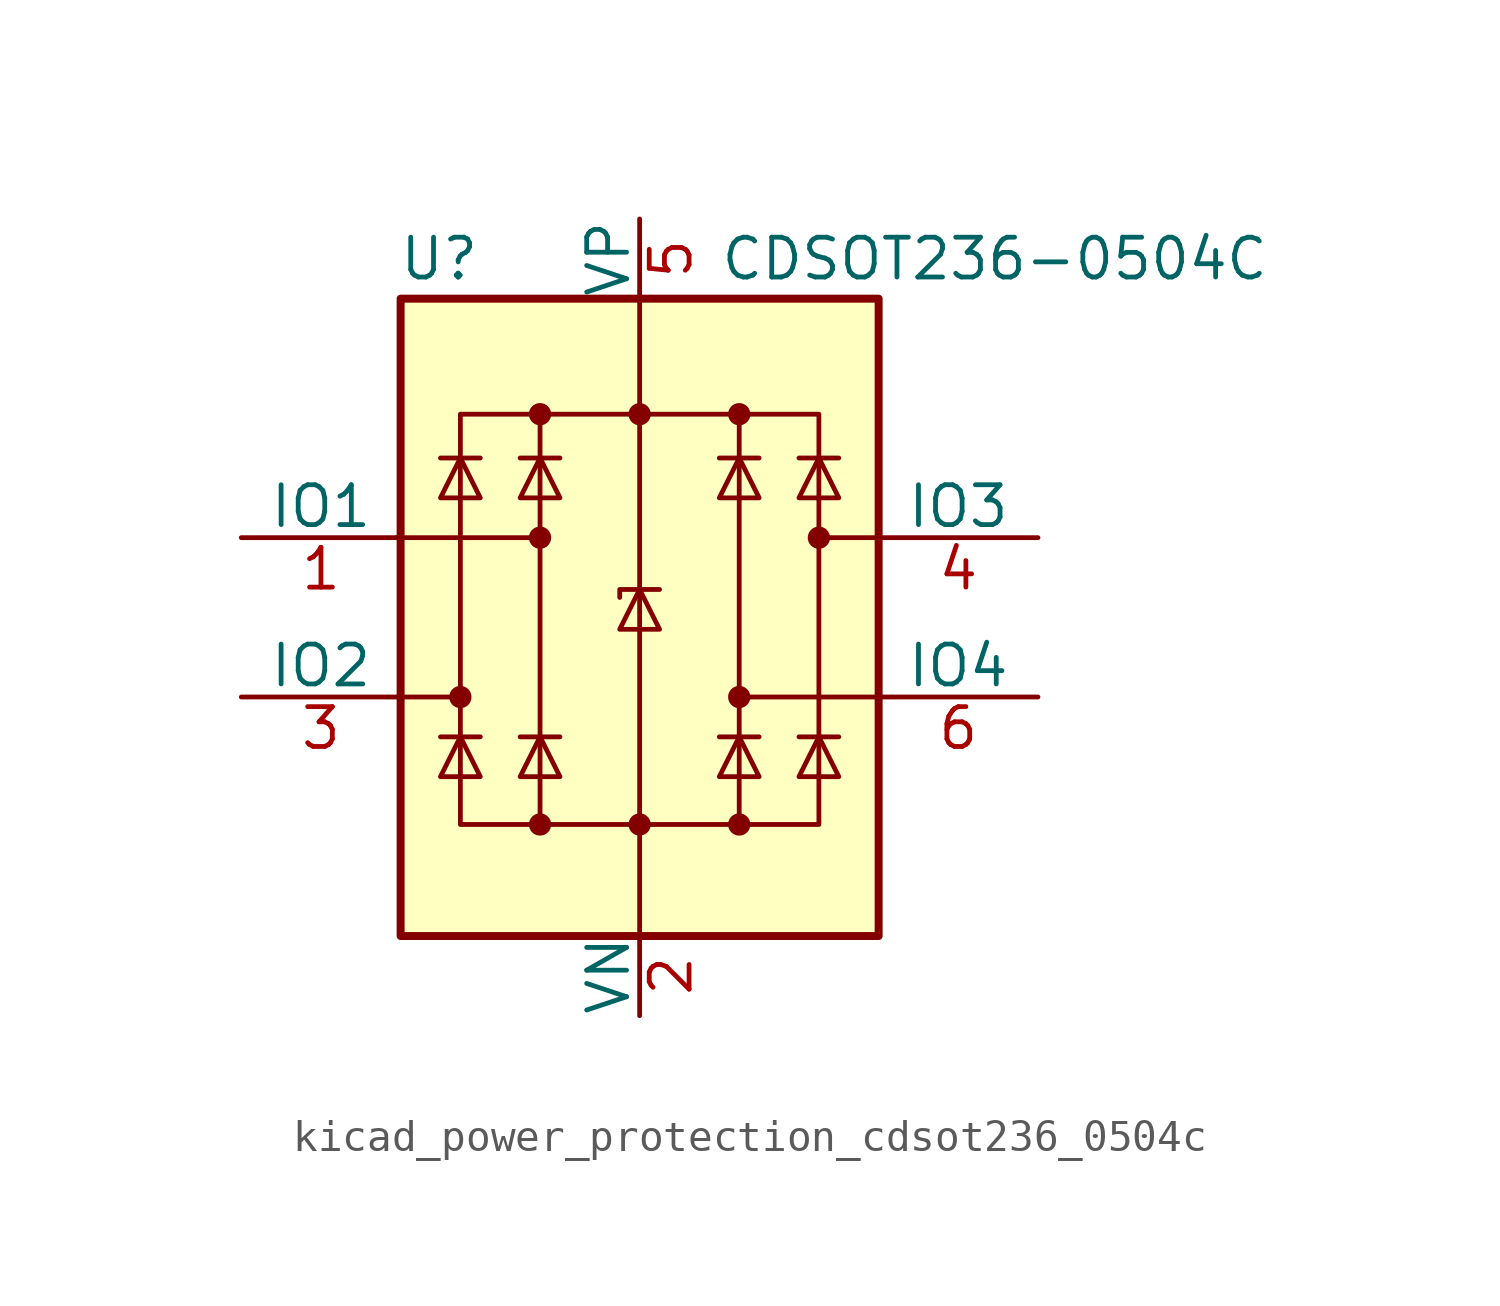
<source format=kicad_sym>
(kicad_symbol_lib
  (version 20220914)
  (generator kicad_symbol_editor)
  (symbol "kicad_power_protection_cdsot236_0504c"
    (pin_names
      (offset 0))
    (property "Reference" "U"
      (at -5.08 11.43 0)
      (effects (font (size 1.27 1.27)) (justify right)))
    (property "Value" "CDSOT236-0504C"
      (at 2.54 11.43 0)
      (effects (font (size 1.27 1.27)) (justify left)))
    (symbol "kicad_power_protection_cdsot236_0504c_0_0"
      (rectangle (start -5.715 6.477) (end 5.715 -6.604) (stroke (width 0) (type default)) (fill (type none)))
      (polyline (pts (xy -3.175 -6.604) (xy -3.175 6.477)) (stroke (width 0) (type default)) (fill (type none)))
      (polyline (pts (xy 3.175 6.477) (xy 3.175 -6.604)) (stroke (width 0) (type default)) (fill (type none))))
    (symbol "kicad_power_protection_cdsot236_0504c_0_1"
      (rectangle (start -7.62 10.16) (end 7.62 -10.16) (stroke (width 0.254) (type default)) (fill (type background)))
      (circle (center -5.715 -2.54) (radius 0.279) (stroke (width 0) (type default)) (fill (type outline)))
      (circle (center -3.175 -6.604) (radius 0.279) (stroke (width 0) (type default)) (fill (type outline)))
      (circle (center -3.175 2.54) (radius 0.279) (stroke (width 0) (type default)) (fill (type outline)))
      (circle (center -3.175 6.477) (radius 0.279) (stroke (width 0) (type default)) (fill (type outline)))
      (circle (center 0 -6.604) (radius 0.279) (stroke (width 0) (type default)) (fill (type outline)))
      (polyline (pts (xy -7.747 2.54) (xy -3.175 2.54)) (stroke (width 0) (type default)) (fill (type none)))
      (polyline (pts (xy -7.62 -2.54) (xy -5.715 -2.54)) (stroke (width 0) (type default)) (fill (type none)))
      (polyline (pts (xy -5.08 -3.81) (xy -6.35 -3.81)) (stroke (width 0) (type default)) (fill (type none)))
      (polyline (pts (xy -5.08 5.08) (xy -6.35 5.08)) (stroke (width 0) (type default)) (fill (type none)))
      (polyline (pts (xy -2.54 -3.81) (xy -3.81 -3.81)) (stroke (width 0) (type default)) (fill (type none)))
      (polyline (pts (xy -2.54 5.08) (xy -3.81 5.08)) (stroke (width 0) (type default)) (fill (type none)))
      (polyline (pts (xy 0 10.16) (xy 0 -10.16)) (stroke (width 0) (type default)) (fill (type none)))
      (polyline (pts (xy 3.81 -3.81) (xy 2.54 -3.81)) (stroke (width 0) (type default)) (fill (type none)))
      (polyline (pts (xy 3.81 5.08) (xy 2.54 5.08)) (stroke (width 0) (type default)) (fill (type none)))
      (polyline (pts (xy 6.35 -3.81) (xy 5.08 -3.81)) (stroke (width 0) (type default)) (fill (type none)))
      (polyline (pts (xy 6.35 5.08) (xy 5.08 5.08)) (stroke (width 0) (type default)) (fill (type none)))
      (polyline (pts (xy 7.62 -2.54) (xy 3.175 -2.54)) (stroke (width 0) (type default)) (fill (type none)))
      (polyline (pts (xy 7.62 2.54) (xy 5.715 2.54)) (stroke (width 0) (type default)) (fill (type none)))
      (polyline (pts (xy 0.635 0.889) (xy -0.635 0.889) (xy -0.635 0.635)) (stroke (width 0) (type default)) (fill (type none)))
      (polyline (pts (xy -5.08 -5.08) (xy -6.35 -5.08) (xy -5.715 -3.81) (xy -5.08 -5.08)) (stroke (width 0) (type default)) (fill (type none)))
      (polyline (pts (xy -5.08 3.81) (xy -6.35 3.81) (xy -5.715 5.08) (xy -5.08 3.81)) (stroke (width 0) (type default)) (fill (type none)))
      (polyline (pts (xy -2.54 -5.08) (xy -3.81 -5.08) (xy -3.175 -3.81) (xy -2.54 -5.08)) (stroke (width 0) (type default)) (fill (type none)))
      (polyline (pts (xy -2.54 3.81) (xy -3.81 3.81) (xy -3.175 5.08) (xy -2.54 3.81)) (stroke (width 0) (type default)) (fill (type none)))
      (polyline (pts (xy 0.635 -0.381) (xy -0.635 -0.381) (xy 0 0.889) (xy 0.635 -0.381)) (stroke (width 0) (type default)) (fill (type none)))
      (polyline (pts (xy 3.81 -5.08) (xy 2.54 -5.08) (xy 3.175 -3.81) (xy 3.81 -5.08)) (stroke (width 0) (type default)) (fill (type none)))
      (polyline (pts (xy 3.81 3.81) (xy 2.54 3.81) (xy 3.175 5.08) (xy 3.81 3.81)) (stroke (width 0) (type default)) (fill (type none)))
      (polyline (pts (xy 6.35 -5.08) (xy 5.08 -5.08) (xy 5.715 -3.81) (xy 6.35 -5.08)) (stroke (width 0) (type default)) (fill (type none)))
      (polyline (pts (xy 6.35 3.81) (xy 5.08 3.81) (xy 5.715 5.08) (xy 6.35 3.81)) (stroke (width 0) (type default)) (fill (type none)))
      (circle (center 0 6.477) (radius 0.279) (stroke (width 0) (type default)) (fill (type outline)))
      (circle (center 3.175 -6.604) (radius 0.279) (stroke (width 0) (type default)) (fill (type outline)))
      (circle (center 3.175 -2.54) (radius 0.279) (stroke (width 0) (type default)) (fill (type outline)))
      (circle (center 3.175 6.477) (radius 0.279) (stroke (width 0) (type default)) (fill (type outline)))
      (circle (center 5.715 2.54) (radius 0.279) (stroke (width 0) (type default)) (fill (type outline))))
    (symbol "kicad_power_protection_cdsot236_0504c_1_1"
      (pin passive line (at -12.7 2.54 0) (length 5.08) (name "IO1" (effects (font (size 1.27 1.27)))) (number "1" (effects (font (size 1.27 1.27)))))
      (pin passive line (at 0 -12.7 90) (length 2.54) (name "VN" (effects (font (size 1.27 1.27)))) (number "2" (effects (font (size 1.27 1.27)))))
      (pin passive line (at -12.7 -2.54 0) (length 5.08) (name "IO2" (effects (font (size 1.27 1.27)))) (number "3" (effects (font (size 1.27 1.27)))))
      (pin passive line (at 12.7 2.54 180) (length 5.08) (name "IO3" (effects (font (size 1.27 1.27)))) (number "4" (effects (font (size 1.27 1.27)))))
      (pin passive line (at 0 12.7 270) (length 2.54) (name "VP" (effects (font (size 1.27 1.27)))) (number "5" (effects (font (size 1.27 1.27)))))
      (pin passive line (at 12.7 -2.54 180) (length 5.08) (name "IO4" (effects (font (size 1.27 1.27)))) (number "6" (effects (font (size 1.27 1.27))))))))
</source>
